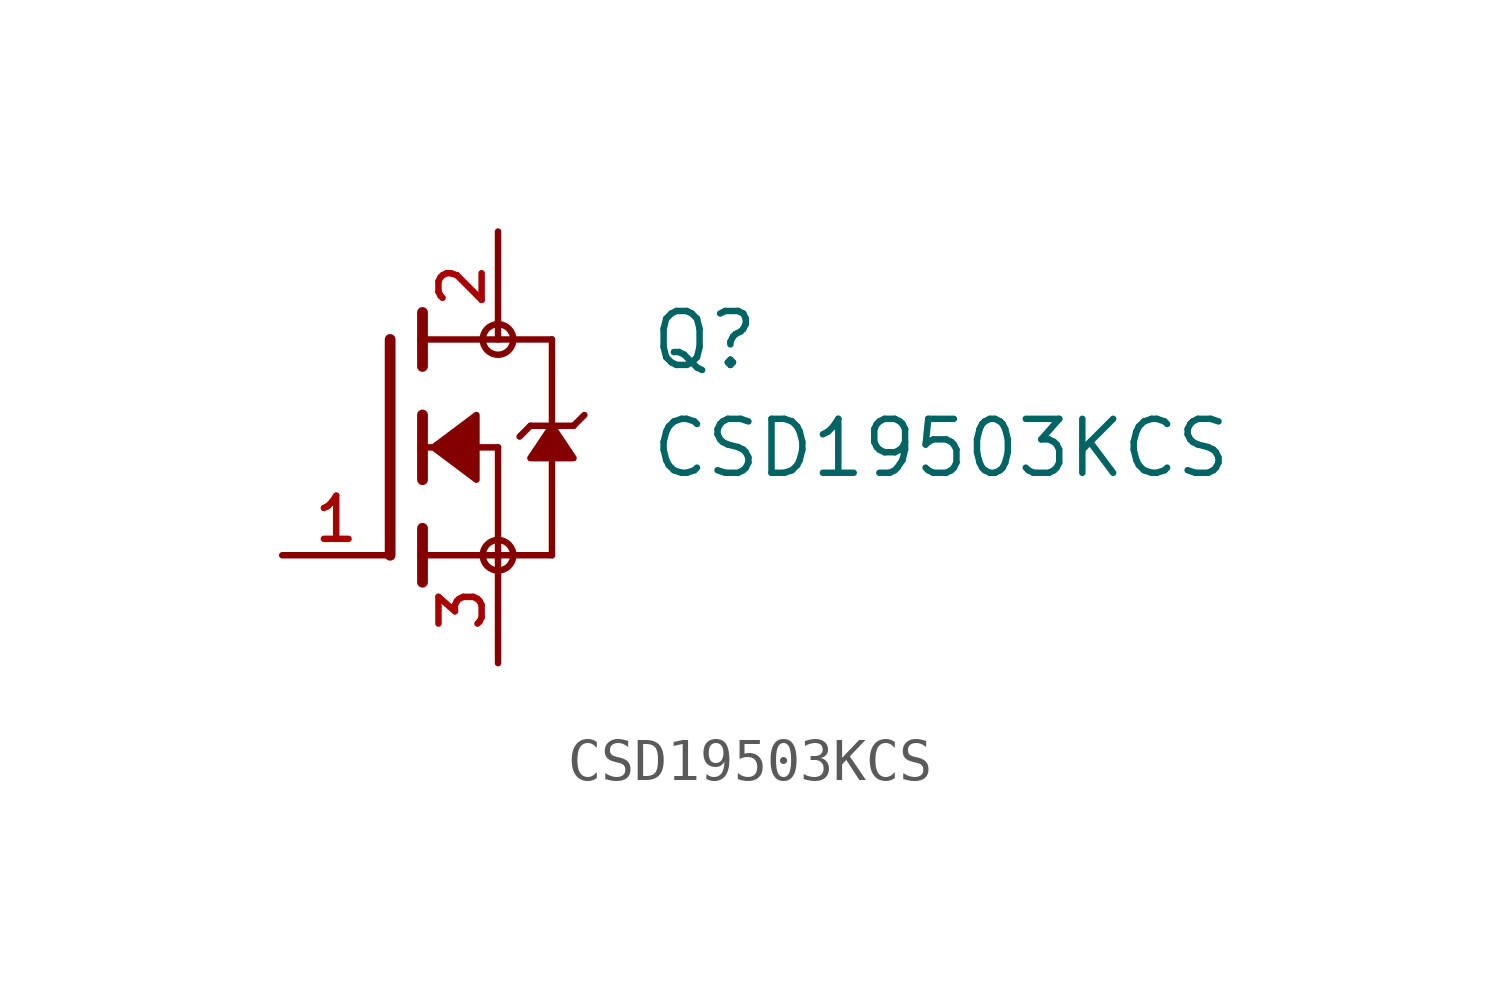
<source format=kicad_sym>
(kicad_symbol_lib
  (version 20211014)
  (generator kicad_symbol_editor)
  (symbol "CSD19503KCS"
    (pin_names
      (offset 1.016))
    (property "Reference" "Q"
      (at 6.096 1.778 0)
      (effects (font (size 1.27 1.27)) (justify bottom left)))
    (property "Value" "CSD19503KCS"
      (at 6.096 -0.762 0)
      (effects (font (size 1.27 1.27)) (justify bottom left)))
    (symbol "CSD19503KCS_0_0"
      (polyline (pts (xy 0.762 0.762) (xy 0.762 0.0)) (stroke (width 0.254)))
      (polyline (pts (xy 0.762 0.0) (xy 0.762 -0.762)) (stroke (width 0.254)))
      (polyline (pts (xy 0.762 3.175) (xy 0.762 2.54)) (stroke (width 0.254)))
      (polyline (pts (xy 0.762 2.54) (xy 0.762 1.905)) (stroke (width 0.254)))
      (polyline (pts (xy 0.762 0.0) (xy 2.54 0.0)) (stroke (width 0.152)))
      (polyline (pts (xy 2.54 0.0) (xy 2.54 -2.54)) (stroke (width 0.152)))
      (polyline (pts (xy 0.762 -1.905) (xy 0.762 -2.54)) (stroke (width 0.254)))
      (polyline (pts (xy 0.762 -2.54) (xy 0.762 -3.175)) (stroke (width 0.254)))
      (polyline (pts (xy 0.0 2.54) (xy 0.0 -2.54)) (stroke (width 0.254)))
      (polyline (pts (xy 2.54 -2.54) (xy 0.762 -2.54)) (stroke (width 0.152)))
      (polyline (pts (xy 3.81 2.54) (xy 3.81 0.508)) (stroke (width 0.152)))
      (polyline (pts (xy 3.81 0.508) (xy 3.81 -2.54)) (stroke (width 0.152)))
      (polyline (pts (xy 2.54 -2.54) (xy 3.81 -2.54)) (stroke (width 0.152)))
      (polyline (pts (xy 0.762 2.54) (xy 3.81 2.54)) (stroke (width 0.152)))
      (polyline (pts (xy 4.572 0.762) (xy 4.318 0.508)) (stroke (width 0.152)))
      (polyline (pts (xy 4.318 0.508) (xy 3.81 0.508)) (stroke (width 0.152)))
      (polyline (pts (xy 3.81 0.508) (xy 3.302 0.508)) (stroke (width 0.152)))
      (polyline (pts (xy 3.302 0.508) (xy 3.048 0.254)) (stroke (width 0.152)))
      (circle (center 2.54 -2.54) (radius 0.359) (stroke (width 0.0)) (fill (type none)))
      (circle (center 2.54 2.54) (radius 0.359) (stroke (width 0.0)) (fill (type none)))
      (polyline (pts (xy 3.81 0.508) (xy 3.302 -0.254) (xy 4.318 -0.254) (xy 3.81 0.508)) (stroke (width 0.152)) (fill (type outline)))
      (polyline (pts (xy 1.016 0.0) (xy 2.032 0.762) (xy 2.032 -0.762) (xy 1.016 0.0)) (stroke (width 0.152)) (fill (type outline)))
      (pin passive line (at 2.54 -5.08 90.0) (length 2.54) (name "~" (effects (font (size 1.016 1.016)))) (number "3" (effects (font (size 1.016 1.016)))))
      (pin passive line (at -2.54 -2.54 0) (length 2.54) (name "~" (effects (font (size 1.016 1.016)))) (number "1" (effects (font (size 1.016 1.016)))))
      (pin passive line (at 2.54 5.08 270.0) (length 2.54) (name "~" (effects (font (size 1.016 1.016)))) (number "2" (effects (font (size 1.016 1.016))))))))
</source>
